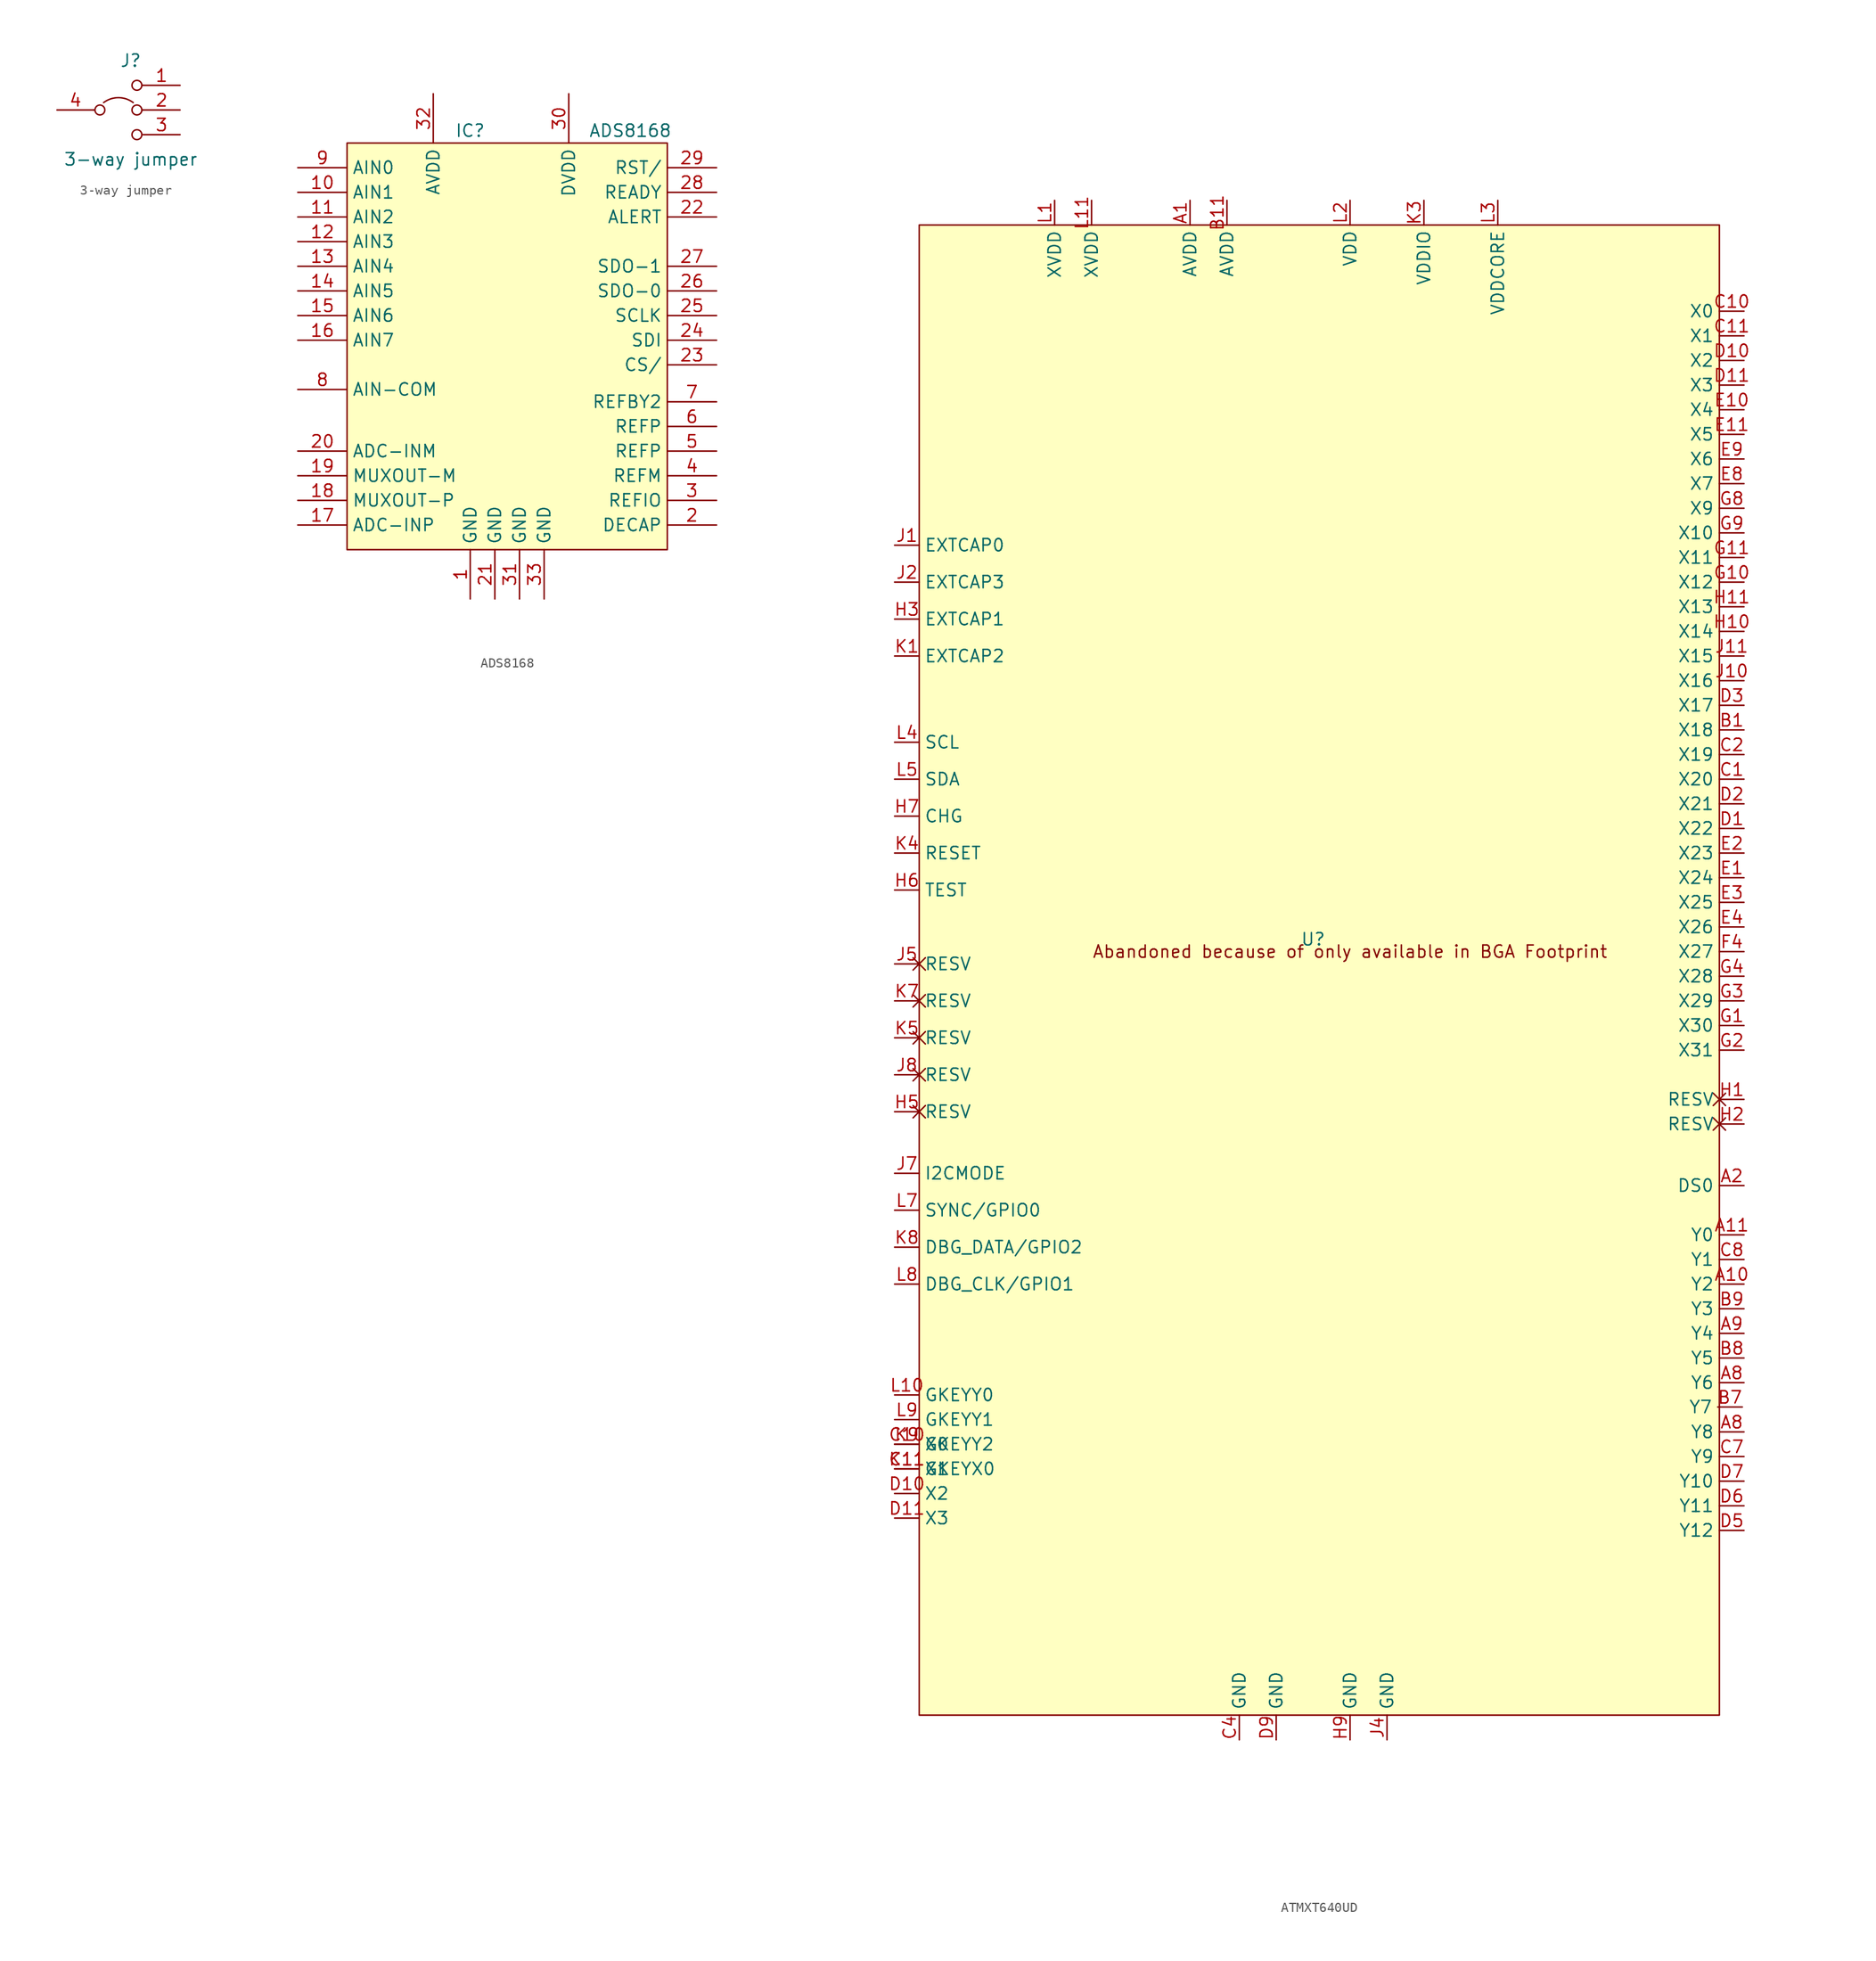
<source format=kicad_sym>
(kicad_symbol_lib
  (version 20241209)
  (generator "kicad_symbol_editor")
  (generator_version "9.0")
  (symbol "3-way jumper"
    (pin_names
      (offset 1.016)
      (hide yes))
    (property "Reference" "J"
      (at 0 5.08 0)
      (effects (font (size 1.27 1.27))))
    (property "Value" "3-way jumper"
      (at 0 -5.08 0)
      (effects (font (size 1.27 1.27))))
    (symbol "3-way jumper_0_0"
      (circle (center -3.175 0) (radius 0.508) (stroke (width 0) (type default)) (fill (type none)))
      (circle (center 0.635 2.54) (radius 0.508) (stroke (width 0) (type default)) (fill (type none)))
      (circle (center 0.635 0) (radius 0.508) (stroke (width 0) (type default)) (fill (type none)))
      (circle (center 0.635 -2.54) (radius 0.508) (stroke (width 0) (type default)) (fill (type none))))
    (symbol "3-way jumper_0_1"
      (arc (start -2.794 0.762) (mid -1.27 1.27) (end 0.254 0.762) (stroke (width 0) (type default)) (fill (type none))))
    (symbol "3-way jumper_1_1"
      (polyline (pts (xy -3.81 0) (xy -3.835 0)) (stroke (width 0.152) (type default)) (fill (type none)))
      (polyline (pts (xy 1.27 2.54) (xy 1.27 2.54)) (stroke (width 0.152) (type default)) (fill (type none)))
      (polyline (pts (xy 1.27 0) (xy 1.27 0)) (stroke (width 0.152) (type default)) (fill (type none)))
      (pin passive line (at -7.595 0 0) (length 3.81) (name "Pin_2" (effects (font (size 1.27 1.27)))) (number "4" (effects (font (size 1.27 1.27)))))
      (pin passive line (at 5.08 2.54 180) (length 3.81) (name "Pin_1" (effects (font (size 1.27 1.27)))) (number "1" (effects (font (size 1.27 1.27)))))
      (pin passive line (at 5.08 0 180) (length 3.81) (name "Pin_2" (effects (font (size 1.27 1.27)))) (number "2" (effects (font (size 1.27 1.27)))))
      (pin passive line (at 5.08 -2.54 180) (length 3.81) (name "Pin_3" (effects (font (size 1.27 1.27)))) (number "3" (effects (font (size 1.27 1.27)))))))
  (symbol "ADS8168"
    (property "Reference" "IC"
      (at -5.08 -7.62 0)
      (effects (font (size 1.27 1.27))))
    (property "Value" "ADS8168"
      (at 11.43 -7.62 0)
      (effects (font (size 1.27 1.27))))
    (symbol "ADS8168_0_1"
      (rectangle (start -17.78 -8.89) (end 15.24 -50.8) (stroke (width 0.152) (type default)) (fill (type background))))
    (symbol "ADS8168_1_1"
      (pin input line (at -22.86 -11.43 0) (length 5.08) (name "AIN0" (effects (font (size 1.27 1.27)))) (number "9" (effects (font (size 1.27 1.27)))))
      (pin input line (at -22.86 -13.97 0) (length 5.08) (name "AIN1" (effects (font (size 1.27 1.27)))) (number "10" (effects (font (size 1.27 1.27)))))
      (pin input line (at -22.86 -16.51 0) (length 5.08) (name "AIN2" (effects (font (size 1.27 1.27)))) (number "11" (effects (font (size 1.27 1.27)))))
      (pin input line (at -22.86 -19.05 0) (length 5.08) (name "AIN3" (effects (font (size 1.27 1.27)))) (number "12" (effects (font (size 1.27 1.27)))))
      (pin input line (at -22.86 -21.59 0) (length 5.08) (name "AIN4" (effects (font (size 1.27 1.27)))) (number "13" (effects (font (size 1.27 1.27)))))
      (pin input line (at -22.86 -24.13 0) (length 5.08) (name "AIN5" (effects (font (size 1.27 1.27)))) (number "14" (effects (font (size 1.27 1.27)))))
      (pin input line (at -22.86 -26.67 0) (length 5.08) (name "AIN6" (effects (font (size 1.27 1.27)))) (number "15" (effects (font (size 1.27 1.27)))))
      (pin input line (at -22.86 -29.21 0) (length 5.08) (name "AIN7" (effects (font (size 1.27 1.27)))) (number "16" (effects (font (size 1.27 1.27)))))
      (pin input line (at -22.86 -34.29 0) (length 5.08) (name "AIN-COM" (effects (font (size 1.27 1.27)))) (number "8" (effects (font (size 1.27 1.27)))))
      (pin input line (at -22.86 -40.64 0) (length 5.08) (name "ADC-INM" (effects (font (size 1.27 1.27)))) (number "20" (effects (font (size 1.27 1.27)))))
      (pin output line (at -22.86 -43.18 0) (length 5.08) (name "MUXOUT-M" (effects (font (size 1.27 1.27)))) (number "19" (effects (font (size 1.27 1.27)))))
      (pin output line (at -22.86 -45.72 0) (length 5.08) (name "MUXOUT-P" (effects (font (size 1.27 1.27)))) (number "18" (effects (font (size 1.27 1.27)))))
      (pin input line (at -22.86 -48.26 0) (length 5.08) (name "ADC-INP" (effects (font (size 1.27 1.27)))) (number "17" (effects (font (size 1.27 1.27)))))
      (pin power_in line (at -8.89 -3.81 270) (length 5.08) (name "AVDD" (effects (font (size 1.27 1.27)))) (number "32" (effects (font (size 1.27 1.27)))))
      (pin power_in line (at -5.08 -55.88 90) (length 5.08) (name "GND" (effects (font (size 1.27 1.27)))) (number "1" (effects (font (size 1.27 1.27)))))
      (pin power_in line (at -2.54 -55.88 90) (length 5.08) (name "GND" (effects (font (size 1.27 1.27)))) (number "21" (effects (font (size 1.27 1.27)))))
      (pin power_in line (at 0 -55.88 90) (length 5.08) (name "GND" (effects (font (size 1.27 1.27)))) (number "31" (effects (font (size 1.27 1.27)))))
      (pin power_in line (at 2.54 -55.88 90) (length 5.08) (name "GND" (effects (font (size 1.27 1.27)))) (number "33" (effects (font (size 1.27 1.27)))))
      (pin power_in line (at 5.08 -3.81 270) (length 5.08) (name "DVDD" (effects (font (size 1.27 1.27)))) (number "30" (effects (font (size 1.27 1.27)))))
      (pin input line (at 20.32 -11.43 180) (length 5.08) (name "RST/" (effects (font (size 1.27 1.27)))) (number "29" (effects (font (size 1.27 1.27)))))
      (pin output line (at 20.32 -13.97 180) (length 5.08) (name "READY" (effects (font (size 1.27 1.27)))) (number "28" (effects (font (size 1.27 1.27)))))
      (pin output line (at 20.32 -16.51 180) (length 5.08) (name "ALERT" (effects (font (size 1.27 1.27)))) (number "22" (effects (font (size 1.27 1.27)))))
      (pin output line (at 20.32 -21.59 180) (length 5.08) (name "SDO-1" (effects (font (size 1.27 1.27)))) (number "27" (effects (font (size 1.27 1.27)))))
      (pin output line (at 20.32 -24.13 180) (length 5.08) (name "SDO-0" (effects (font (size 1.27 1.27)))) (number "26" (effects (font (size 1.27 1.27)))))
      (pin input line (at 20.32 -26.67 180) (length 5.08) (name "SCLK" (effects (font (size 1.27 1.27)))) (number "25" (effects (font (size 1.27 1.27)))))
      (pin input line (at 20.32 -29.21 180) (length 5.08) (name "SDI" (effects (font (size 1.27 1.27)))) (number "24" (effects (font (size 1.27 1.27)))))
      (pin input line (at 20.32 -31.75 180) (length 5.08) (name "CS/" (effects (font (size 1.27 1.27)))) (number "23" (effects (font (size 1.27 1.27)))))
      (pin output line (at 20.32 -35.56 180) (length 5.08) (name "REFBY2" (effects (font (size 1.27 1.27)))) (number "7" (effects (font (size 1.27 1.27)))))
      (pin output line (at 20.32 -38.1 180) (length 5.08) (name "REFP" (effects (font (size 1.27 1.27)))) (number "6" (effects (font (size 1.27 1.27)))))
      (pin output line (at 20.32 -40.64 180) (length 5.08) (name "REFP" (effects (font (size 1.27 1.27)))) (number "5" (effects (font (size 1.27 1.27)))))
      (pin output line (at 20.32 -43.18 180) (length 5.08) (name "REFM" (effects (font (size 1.27 1.27)))) (number "4" (effects (font (size 1.27 1.27)))))
      (pin output line (at 20.32 -45.72 180) (length 5.08) (name "REFIO" (effects (font (size 1.27 1.27)))) (number "3" (effects (font (size 1.27 1.27)))))
      (pin output line (at 20.32 -48.26 180) (length 5.08) (name "DECAP" (effects (font (size 1.27 1.27)))) (number "2" (effects (font (size 1.27 1.27)))))))
  (symbol "ATMXT640UD"
    (property "Reference" "U"
      (at 0 0 0)
      (effects (font (size 1.27 1.27))))
    (property "Value" ""
      (at 0 0 0)
      (effects (font (size 1.27 1.27))))
    (symbol "ATMXT640UD_1_0"
      (pin input line (at -43.18 -52.07 0) (length 2.54) (name "X0" (effects (font (size 1.27 1.27)))) (number "C10" (effects (font (size 1.27 1.27)))))
      (pin input line (at -43.18 -54.61 0) (length 2.54) (name "X1" (effects (font (size 1.27 1.27)))) (number "C11" (effects (font (size 1.27 1.27)))))
      (pin input line (at -43.18 -57.15 0) (length 2.54) (name "X2" (effects (font (size 1.27 1.27)))) (number "D10" (effects (font (size 1.27 1.27)))))
      (pin input line (at -43.18 -59.69 0) (length 2.54) (name "X3" (effects (font (size 1.27 1.27)))) (number "D11" (effects (font (size 1.27 1.27))))))
    (symbol "ATMXT640UD_1_1"
      (rectangle (start -40.64 73.66) (end 41.91 -80.01) (stroke (width 0) (type default)) (fill (type background)))
      (text "Abandoned because of only available in BGA Footprint\n" (at 3.81 -1.27 0) (effects (font (size 1.27 1.27))))
      (pin input line (at -43.18 40.64 0) (length 2.54) (name "EXTCAP0" (effects (font (size 1.27 1.27)))) (number "J1" (effects (font (size 1.27 1.27)))))
      (pin input line (at -43.18 36.83 0) (length 2.54) (name "EXTCAP3" (effects (font (size 1.27 1.27)))) (number "J2" (effects (font (size 1.27 1.27)))))
      (pin input line (at -43.18 33.02 0) (length 2.54) (name "EXTCAP1" (effects (font (size 1.27 1.27)))) (number "H3" (effects (font (size 1.27 1.27)))))
      (pin input line (at -43.18 29.21 0) (length 2.54) (name "EXTCAP2" (effects (font (size 1.27 1.27)))) (number "K1" (effects (font (size 1.27 1.27)))))
      (pin bidirectional line (at -43.18 20.32 0) (length 2.54) (name "SCL" (effects (font (size 1.27 1.27)))) (number "L4" (effects (font (size 1.27 1.27)))))
      (pin bidirectional line (at -43.18 16.51 0) (length 2.54) (name "SDA" (effects (font (size 1.27 1.27)))) (number "L5" (effects (font (size 1.27 1.27)))))
      (pin bidirectional line (at -43.18 12.7 0) (length 2.54) (name "CHG" (effects (font (size 1.27 1.27)))) (number "H7" (effects (font (size 1.27 1.27)))))
      (pin input line (at -43.18 8.89 0) (length 2.54) (name "RESET" (effects (font (size 1.27 1.27)))) (number "K4" (effects (font (size 1.27 1.27)))))
      (pin input line (at -43.18 5.08 0) (length 2.54) (name "TEST" (effects (font (size 1.27 1.27)))) (number "H6" (effects (font (size 1.27 1.27)))))
      (pin free non_logic (at -43.18 -2.54 0) (length 2.54) (name "RESV" (effects (font (size 1.27 1.27)))) (number "J5" (effects (font (size 1.27 1.27)))))
      (pin free non_logic (at -43.18 -6.35 0) (length 2.54) (name "RESV" (effects (font (size 1.27 1.27)))) (number "K7" (effects (font (size 1.27 1.27)))))
      (pin free non_logic (at -43.18 -10.16 0) (length 2.54) (name "RESV" (effects (font (size 1.27 1.27)))) (number "K5" (effects (font (size 1.27 1.27)))))
      (pin free non_logic (at -43.18 -13.97 0) (length 2.54) (name "RESV" (effects (font (size 1.27 1.27)))) (number "J8" (effects (font (size 1.27 1.27)))))
      (pin free non_logic (at -43.18 -17.78 0) (length 2.54) (name "RESV" (effects (font (size 1.27 1.27)))) (number "H5" (effects (font (size 1.27 1.27)))))
      (pin input line (at -43.18 -24.13 0) (length 2.54) (name "I2CMODE" (effects (font (size 1.27 1.27)))) (number "J7" (effects (font (size 1.27 1.27)))))
      (pin input line (at -43.18 -27.94 0) (length 2.54) (name "SYNC/GPIO0" (effects (font (size 1.27 1.27)))) (number "L7" (effects (font (size 1.27 1.27)))))
      (pin input line (at -43.18 -31.75 0) (length 2.54) (name "DBG_DATA/GPIO2" (effects (font (size 1.27 1.27)))) (number "K8" (effects (font (size 1.27 1.27)))))
      (pin input line (at -43.18 -35.56 0) (length 2.54) (name "DBG_CLK/GPIO1" (effects (font (size 1.27 1.27)))) (number "L8" (effects (font (size 1.27 1.27)))))
      (pin input line (at -43.18 -46.99 0) (length 2.54) (name "GKEYY0" (effects (font (size 1.27 1.27)))) (number "L10" (effects (font (size 1.27 1.27)))))
      (pin input line (at -43.18 -49.53 0) (length 2.54) (name "GKEYY1" (effects (font (size 1.27 1.27)))) (number "L9" (effects (font (size 1.27 1.27)))))
      (pin input line (at -43.18 -52.07 0) (length 2.54) (name "GKEYY2" (effects (font (size 1.27 1.27)))) (number "K9" (effects (font (size 1.27 1.27)))))
      (pin input line (at -43.18 -54.61 0) (length 2.54) (name "GKEYX0" (effects (font (size 1.27 1.27)))) (number "K11" (effects (font (size 1.27 1.27)))))
      (pin power_in line (at -26.67 76.2 270) (length 2.54) (name "XVDD" (effects (font (size 1.27 1.27)))) (number "L1" (effects (font (size 1.27 1.27)))))
      (pin power_in line (at -22.86 76.2 270) (length 2.54) (name "XVDD" (effects (font (size 1.27 1.27)))) (number "L11" (effects (font (size 1.27 1.27)))))
      (pin power_in line (at -12.7 76.2 270) (length 2.54) (name "AVDD" (effects (font (size 1.27 1.27)))) (number "A1" (effects (font (size 1.27 1.27)))))
      (pin power_in line (at -8.89 76.2 270) (length 2.54) (name "AVDD" (effects (font (size 1.27 1.27)))) (number "B11" (effects (font (size 1.27 1.27)))))
      (pin power_in line (at -7.62 -82.55 90) (length 2.54) (name "GND" (effects (font (size 1.27 1.27)))) (number "C4" (effects (font (size 1.27 1.27)))))
      (pin power_in line (at -3.81 -82.55 90) (length 2.54) (name "GND" (effects (font (size 1.27 1.27)))) (number "D9" (effects (font (size 1.27 1.27)))))
      (pin power_in line (at 3.81 76.2 270) (length 2.54) (name "VDD" (effects (font (size 1.27 1.27)))) (number "L2" (effects (font (size 1.27 1.27)))))
      (pin power_in line (at 3.81 -82.55 90) (length 2.54) (name "GND" (effects (font (size 1.27 1.27)))) (number "H9" (effects (font (size 1.27 1.27)))))
      (pin power_in line (at 7.62 -82.55 90) (length 2.54) (name "GND" (effects (font (size 1.27 1.27)))) (number "J4" (effects (font (size 1.27 1.27)))))
      (pin power_in line (at 11.43 76.2 270) (length 2.54) (name "VDDIO" (effects (font (size 1.27 1.27)))) (number "K3" (effects (font (size 1.27 1.27)))))
      (pin power_in line (at 19.05 76.2 270) (length 2.54) (name "VDDCORE" (effects (font (size 1.27 1.27)))) (number "L3" (effects (font (size 1.27 1.27)))))
      (pin input line (at 44.276 -48.233 180) (length 2.54) (name "Y7" (effects (font (size 1.27 1.27)))) (number "B7" (effects (font (size 1.27 1.27)))))
      (pin input line (at 44.45 64.77 180) (length 2.54) (name "X0" (effects (font (size 1.27 1.27)))) (number "C10" (effects (font (size 1.27 1.27)))))
      (pin input line (at 44.45 62.23 180) (length 2.54) (name "X1" (effects (font (size 1.27 1.27)))) (number "C11" (effects (font (size 1.27 1.27)))))
      (pin input line (at 44.45 59.69 180) (length 2.54) (name "X2" (effects (font (size 1.27 1.27)))) (number "D10" (effects (font (size 1.27 1.27)))))
      (pin input line (at 44.45 57.15 180) (length 2.54) (name "X3" (effects (font (size 1.27 1.27)))) (number "D11" (effects (font (size 1.27 1.27)))))
      (pin input line (at 44.45 54.61 180) (length 2.54) (name "X4" (effects (font (size 1.27 1.27)))) (number "E10" (effects (font (size 1.27 1.27)))))
      (pin input line (at 44.45 52.07 180) (length 2.54) (name "X5" (effects (font (size 1.27 1.27)))) (number "E11" (effects (font (size 1.27 1.27)))))
      (pin input line (at 44.45 49.53 180) (length 2.54) (name "X6" (effects (font (size 1.27 1.27)))) (number "E9" (effects (font (size 1.27 1.27)))))
      (pin input line (at 44.45 46.99 180) (length 2.54) (name "X7" (effects (font (size 1.27 1.27)))) (number "E8" (effects (font (size 1.27 1.27)))))
      (pin input line (at 44.45 44.45 180) (length 2.54) (name "X9" (effects (font (size 1.27 1.27)))) (number "G8" (effects (font (size 1.27 1.27)))))
      (pin input line (at 44.45 41.91 180) (length 2.54) (name "X10" (effects (font (size 1.27 1.27)))) (number "G9" (effects (font (size 1.27 1.27)))))
      (pin input line (at 44.45 39.37 180) (length 2.54) (name "X11" (effects (font (size 1.27 1.27)))) (number "G11" (effects (font (size 1.27 1.27)))))
      (pin input line (at 44.45 36.83 180) (length 2.54) (name "X12" (effects (font (size 1.27 1.27)))) (number "G10" (effects (font (size 1.27 1.27)))))
      (pin input line (at 44.45 34.29 180) (length 2.54) (name "X13" (effects (font (size 1.27 1.27)))) (number "H11" (effects (font (size 1.27 1.27)))))
      (pin input line (at 44.45 31.75 180) (length 2.54) (name "X14" (effects (font (size 1.27 1.27)))) (number "H10" (effects (font (size 1.27 1.27)))))
      (pin input line (at 44.45 29.21 180) (length 2.54) (name "X15" (effects (font (size 1.27 1.27)))) (number "J11" (effects (font (size 1.27 1.27)))))
      (pin input line (at 44.45 26.67 180) (length 2.54) (name "X16" (effects (font (size 1.27 1.27)))) (number "J10" (effects (font (size 1.27 1.27)))))
      (pin input line (at 44.45 24.13 180) (length 2.54) (name "X17" (effects (font (size 1.27 1.27)))) (number "D3" (effects (font (size 1.27 1.27)))))
      (pin input line (at 44.45 21.59 180) (length 2.54) (name "X18" (effects (font (size 1.27 1.27)))) (number "B1" (effects (font (size 1.27 1.27)))))
      (pin input line (at 44.45 19.05 180) (length 2.54) (name "X19" (effects (font (size 1.27 1.27)))) (number "C2" (effects (font (size 1.27 1.27)))))
      (pin input line (at 44.45 16.51 180) (length 2.54) (name "X20" (effects (font (size 1.27 1.27)))) (number "C1" (effects (font (size 1.27 1.27)))))
      (pin input line (at 44.45 13.97 180) (length 2.54) (name "X21" (effects (font (size 1.27 1.27)))) (number "D2" (effects (font (size 1.27 1.27)))))
      (pin input line (at 44.45 11.43 180) (length 2.54) (name "X22" (effects (font (size 1.27 1.27)))) (number "D1" (effects (font (size 1.27 1.27)))))
      (pin input line (at 44.45 8.89 180) (length 2.54) (name "X23" (effects (font (size 1.27 1.27)))) (number "E2" (effects (font (size 1.27 1.27)))))
      (pin input line (at 44.45 6.35 180) (length 2.54) (name "X24" (effects (font (size 1.27 1.27)))) (number "E1" (effects (font (size 1.27 1.27)))))
      (pin input line (at 44.45 3.81 180) (length 2.54) (name "X25" (effects (font (size 1.27 1.27)))) (number "E3" (effects (font (size 1.27 1.27)))))
      (pin input line (at 44.45 1.27 180) (length 2.54) (name "X26" (effects (font (size 1.27 1.27)))) (number "E4" (effects (font (size 1.27 1.27)))))
      (pin input line (at 44.45 -1.27 180) (length 2.54) (name "X27" (effects (font (size 1.27 1.27)))) (number "F4" (effects (font (size 1.27 1.27)))))
      (pin input line (at 44.45 -3.81 180) (length 2.54) (name "X28" (effects (font (size 1.27 1.27)))) (number "G4" (effects (font (size 1.27 1.27)))))
      (pin input line (at 44.45 -6.35 180) (length 2.54) (name "X29" (effects (font (size 1.27 1.27)))) (number "G3" (effects (font (size 1.27 1.27)))))
      (pin input line (at 44.45 -8.89 180) (length 2.54) (name "X30" (effects (font (size 1.27 1.27)))) (number "G1" (effects (font (size 1.27 1.27)))))
      (pin input line (at 44.45 -11.43 180) (length 2.54) (name "X31" (effects (font (size 1.27 1.27)))) (number "G2" (effects (font (size 1.27 1.27)))))
      (pin free non_logic (at 44.45 -16.51 180) (length 2.54) (name "RESV" (effects (font (size 1.27 1.27)))) (number "H1" (effects (font (size 1.27 1.27)))))
      (pin free non_logic (at 44.45 -19.05 180) (length 2.54) (name "RESV" (effects (font (size 1.27 1.27)))) (number "H2" (effects (font (size 1.27 1.27)))))
      (pin input line (at 44.45 -25.4 180) (length 2.54) (name "DS0" (effects (font (size 1.27 1.27)))) (number "A2" (effects (font (size 1.27 1.27)))))
      (pin input line (at 44.45 -30.48 180) (length 2.54) (name "Y0" (effects (font (size 1.27 1.27)))) (number "A11" (effects (font (size 1.27 1.27)))))
      (pin input line (at 44.45 -33.02 180) (length 2.54) (name "Y1" (effects (font (size 1.27 1.27)))) (number "C8" (effects (font (size 1.27 1.27)))))
      (pin input line (at 44.45 -35.56 180) (length 2.54) (name "Y2" (effects (font (size 1.27 1.27)))) (number "A10" (effects (font (size 1.27 1.27)))))
      (pin input line (at 44.45 -38.1 180) (length 2.54) (name "Y3" (effects (font (size 1.27 1.27)))) (number "B9" (effects (font (size 1.27 1.27)))))
      (pin input line (at 44.45 -40.64 180) (length 2.54) (name "Y4" (effects (font (size 1.27 1.27)))) (number "A9" (effects (font (size 1.27 1.27)))))
      (pin input line (at 44.45 -43.18 180) (length 2.54) (name "Y5" (effects (font (size 1.27 1.27)))) (number "B8" (effects (font (size 1.27 1.27)))))
      (pin input line (at 44.45 -45.72 180) (length 2.54) (name "Y6" (effects (font (size 1.27 1.27)))) (number "A8" (effects (font (size 1.27 1.27)))))
      (pin input line (at 44.45 -50.8 180) (length 2.54) (name "Y8" (effects (font (size 1.27 1.27)))) (number "A8" (effects (font (size 1.27 1.27)))))
      (pin input line (at 44.45 -53.34 180) (length 2.54) (name "Y9" (effects (font (size 1.27 1.27)))) (number "C7" (effects (font (size 1.27 1.27)))))
      (pin input line (at 44.45 -55.88 180) (length 2.54) (name "Y10" (effects (font (size 1.27 1.27)))) (number "D7" (effects (font (size 1.27 1.27)))))
      (pin input line (at 44.45 -58.42 180) (length 2.54) (name "Y11" (effects (font (size 1.27 1.27)))) (number "D6" (effects (font (size 1.27 1.27)))))
      (pin input line (at 44.45 -60.96 180) (length 2.54) (name "Y12" (effects (font (size 1.27 1.27)))) (number "D5" (effects (font (size 1.27 1.27))))))))
</source>
